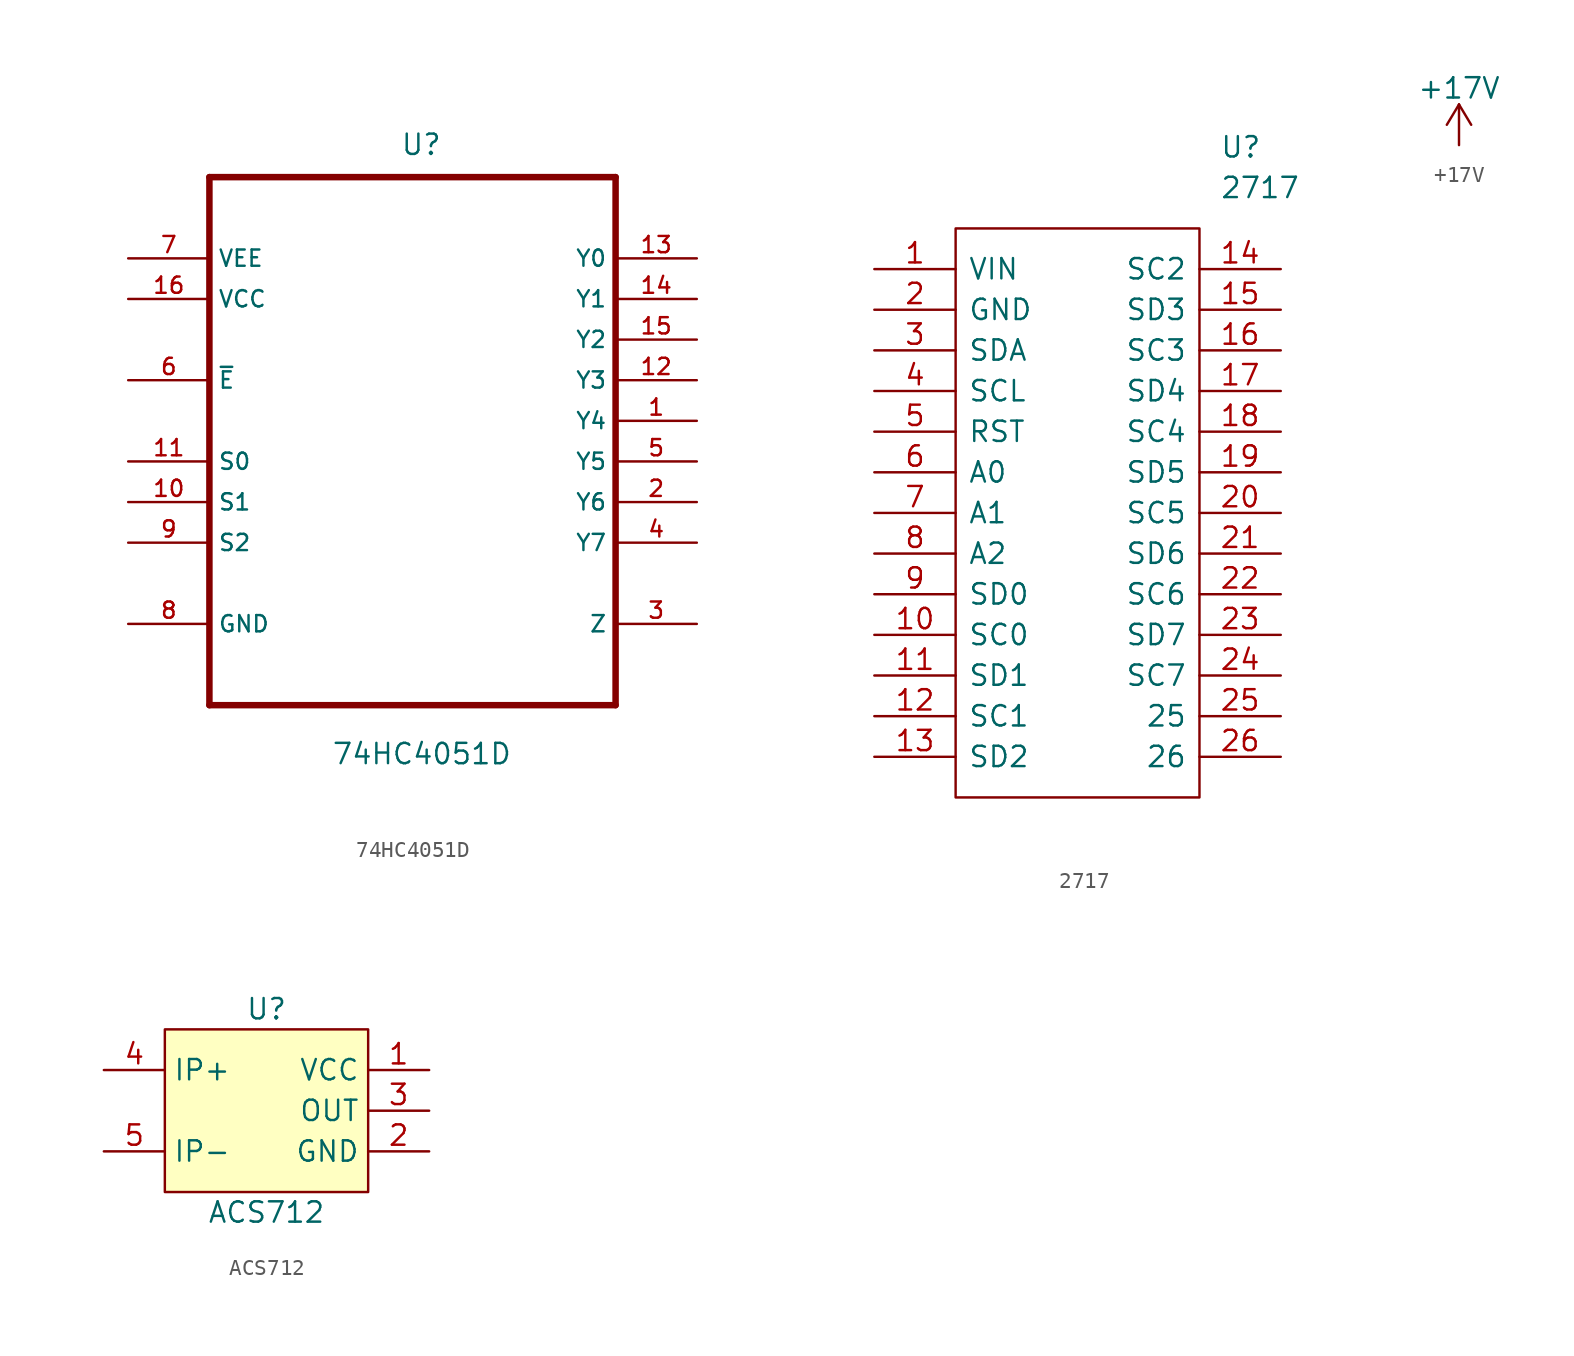
<source format=kicad_sym>
(kicad_symbol_lib
  (version 20220102)
  (generator kicad_symbol_editor)
  (symbol "74HC4051D"
    (property "Reference" "U"
      (at -0.762 14.732 0)
      (effects (font (size 1.27 1.27)) (justify left)))
    (property "Value" "74HC4051D"
      (at -5.08 -23.368 0)
      (effects (font (size 1.27 1.27)) (justify left)))
    (symbol "74HC4051D_0_0"
      (polyline (pts (xy -12.7 -20.32) (xy 12.7 -20.32)) (stroke (width 0.406) (type default)) (fill (type none)))
      (polyline (pts (xy -12.7 12.7) (xy -12.7 -20.32)) (stroke (width 0.406) (type default)) (fill (type none)))
      (polyline (pts (xy 12.7 -20.32) (xy 12.7 12.7)) (stroke (width 0.406) (type default)) (fill (type none)))
      (polyline (pts (xy 12.7 12.7) (xy -12.7 12.7)) (stroke (width 0.406) (type default)) (fill (type none)))
      (pin bidirectional line (at 17.78 -2.54 180) (length 5.08) (name "Y4" (effects (font (size 1.016 1.016)))) (number "1" (effects (font (size 1.016 1.016)))))
      (pin input line (at -17.78 -7.62 0) (length 5.08) (name "S1" (effects (font (size 1.016 1.016)))) (number "10" (effects (font (size 1.016 1.016)))))
      (pin input line (at -17.78 -5.08 0) (length 5.08) (name "S0" (effects (font (size 1.016 1.016)))) (number "11" (effects (font (size 1.016 1.016)))))
      (pin bidirectional line (at 17.78 0 180) (length 5.08) (name "Y3" (effects (font (size 1.016 1.016)))) (number "12" (effects (font (size 1.016 1.016)))))
      (pin bidirectional line (at 17.78 7.62 180) (length 5.08) (name "Y0" (effects (font (size 1.016 1.016)))) (number "13" (effects (font (size 1.016 1.016)))))
      (pin bidirectional line (at 17.78 5.08 180) (length 5.08) (name "Y1" (effects (font (size 1.016 1.016)))) (number "14" (effects (font (size 1.016 1.016)))))
      (pin bidirectional line (at 17.78 2.54 180) (length 5.08) (name "Y2" (effects (font (size 1.016 1.016)))) (number "15" (effects (font (size 1.016 1.016)))))
      (pin input line (at -17.78 5.08 0) (length 5.08) (name "VCC" (effects (font (size 1.016 1.016)))) (number "16" (effects (font (size 1.016 1.016)))))
      (pin bidirectional line (at 17.78 -7.62 180) (length 5.08) (name "Y6" (effects (font (size 1.016 1.016)))) (number "2" (effects (font (size 1.016 1.016)))))
      (pin bidirectional line (at 17.78 -15.24 180) (length 5.08) (name "Z" (effects (font (size 1.016 1.016)))) (number "3" (effects (font (size 1.016 1.016)))))
      (pin bidirectional line (at 17.78 -10.16 180) (length 5.08) (name "Y7" (effects (font (size 1.016 1.016)))) (number "4" (effects (font (size 1.016 1.016)))))
      (pin bidirectional line (at 17.78 -5.08 180) (length 5.08) (name "Y5" (effects (font (size 1.016 1.016)))) (number "5" (effects (font (size 1.016 1.016)))))
      (pin input line (at -17.78 0 0) (length 5.08) (name "~{E}" (effects (font (size 1.016 1.016)))) (number "6" (effects (font (size 1.016 1.016)))))
      (pin input line (at -17.78 7.62 0) (length 5.08) (name "VEE" (effects (font (size 1.016 1.016)))) (number "7" (effects (font (size 1.016 1.016)))))
      (pin passive line (at -17.78 -15.24 0) (length 5.08) (name "GND" (effects (font (size 1.016 1.016)))) (number "8" (effects (font (size 1.016 1.016)))))
      (pin input line (at -17.78 -10.16 0) (length 5.08) (name "S2" (effects (font (size 1.016 1.016)))) (number "9" (effects (font (size 1.016 1.016)))))))
  (symbol "2717"
    (pin_names
      (offset 0.762))
    (property "Reference" "U"
      (at 21.59 7.62 0)
      (effects (font (size 1.27 1.27)) (justify left)))
    (property "Value" "2717"
      (at 21.59 5.08 0)
      (effects (font (size 1.27 1.27)) (justify left)))
    (symbol "2717_0_0"
      (pin unspecified line (at 0 0 0) (length 5.08) (name "VIN" (effects (font (size 1.27 1.27)))) (number "1" (effects (font (size 1.27 1.27)))))
      (pin unspecified line (at 0 -22.86 0) (length 5.08) (name "SC0" (effects (font (size 1.27 1.27)))) (number "10" (effects (font (size 1.27 1.27)))))
      (pin unspecified line (at 0 -25.4 0) (length 5.08) (name "SD1" (effects (font (size 1.27 1.27)))) (number "11" (effects (font (size 1.27 1.27)))))
      (pin unspecified line (at 0 -27.94 0) (length 5.08) (name "SC1" (effects (font (size 1.27 1.27)))) (number "12" (effects (font (size 1.27 1.27)))))
      (pin unspecified line (at 0 -30.48 0) (length 5.08) (name "SD2" (effects (font (size 1.27 1.27)))) (number "13" (effects (font (size 1.27 1.27)))))
      (pin unspecified line (at 25.4 0 180) (length 5.08) (name "SC2" (effects (font (size 1.27 1.27)))) (number "14" (effects (font (size 1.27 1.27)))))
      (pin unspecified line (at 25.4 -2.54 180) (length 5.08) (name "SD3" (effects (font (size 1.27 1.27)))) (number "15" (effects (font (size 1.27 1.27)))))
      (pin unspecified line (at 25.4 -5.08 180) (length 5.08) (name "SC3" (effects (font (size 1.27 1.27)))) (number "16" (effects (font (size 1.27 1.27)))))
      (pin unspecified line (at 25.4 -7.62 180) (length 5.08) (name "SD4" (effects (font (size 1.27 1.27)))) (number "17" (effects (font (size 1.27 1.27)))))
      (pin unspecified line (at 25.4 -10.16 180) (length 5.08) (name "SC4" (effects (font (size 1.27 1.27)))) (number "18" (effects (font (size 1.27 1.27)))))
      (pin unspecified line (at 25.4 -12.7 180) (length 5.08) (name "SD5" (effects (font (size 1.27 1.27)))) (number "19" (effects (font (size 1.27 1.27)))))
      (pin unspecified line (at 0 -2.54 0) (length 5.08) (name "GND" (effects (font (size 1.27 1.27)))) (number "2" (effects (font (size 1.27 1.27)))))
      (pin unspecified line (at 25.4 -15.24 180) (length 5.08) (name "SC5" (effects (font (size 1.27 1.27)))) (number "20" (effects (font (size 1.27 1.27)))))
      (pin unspecified line (at 25.4 -17.78 180) (length 5.08) (name "SD6" (effects (font (size 1.27 1.27)))) (number "21" (effects (font (size 1.27 1.27)))))
      (pin unspecified line (at 25.4 -20.32 180) (length 5.08) (name "SC6" (effects (font (size 1.27 1.27)))) (number "22" (effects (font (size 1.27 1.27)))))
      (pin unspecified line (at 25.4 -22.86 180) (length 5.08) (name "SD7" (effects (font (size 1.27 1.27)))) (number "23" (effects (font (size 1.27 1.27)))))
      (pin unspecified line (at 25.4 -25.4 180) (length 5.08) (name "SC7" (effects (font (size 1.27 1.27)))) (number "24" (effects (font (size 1.27 1.27)))))
      (pin unspecified line (at 25.4 -27.94 180) (length 5.08) (name "25" (effects (font (size 1.27 1.27)))) (number "25" (effects (font (size 1.27 1.27)))))
      (pin unspecified line (at 25.4 -30.48 180) (length 5.08) (name "26" (effects (font (size 1.27 1.27)))) (number "26" (effects (font (size 1.27 1.27)))))
      (pin unspecified line (at 0 -5.08 0) (length 5.08) (name "SDA" (effects (font (size 1.27 1.27)))) (number "3" (effects (font (size 1.27 1.27)))))
      (pin unspecified line (at 0 -7.62 0) (length 5.08) (name "SCL" (effects (font (size 1.27 1.27)))) (number "4" (effects (font (size 1.27 1.27)))))
      (pin unspecified line (at 0 -10.16 0) (length 5.08) (name "RST" (effects (font (size 1.27 1.27)))) (number "5" (effects (font (size 1.27 1.27)))))
      (pin unspecified line (at 0 -12.7 0) (length 5.08) (name "A0" (effects (font (size 1.27 1.27)))) (number "6" (effects (font (size 1.27 1.27)))))
      (pin unspecified line (at 0 -15.24 0) (length 5.08) (name "A1" (effects (font (size 1.27 1.27)))) (number "7" (effects (font (size 1.27 1.27)))))
      (pin unspecified line (at 0 -17.78 0) (length 5.08) (name "A2" (effects (font (size 1.27 1.27)))) (number "8" (effects (font (size 1.27 1.27)))))
      (pin unspecified line (at 0 -20.32 0) (length 5.08) (name "SD0" (effects (font (size 1.27 1.27)))) (number "9" (effects (font (size 1.27 1.27))))))
    (symbol "2717_0_1"
      (polyline (pts (xy 5.08 2.54) (xy 20.32 2.54) (xy 20.32 -33.02) (xy 5.08 -33.02) (xy 5.08 2.54)) (stroke (width 0.152) (type default)) (fill (type none)))))
  (symbol "+17V"
    (power)
    (pin_names
      (offset 0))
    (property "Reference" "#PWR"
      (at 0 -3.81 0)
      (effects (font (size 1.27 1.27)) hide))
    (property "Value" "+17V"
      (at 0 3.556 0)
      (effects (font (size 1.27 1.27))))
    (property "Footprint" ""
      (at 0 0 0)
      (effects (font (size 1.27 1.27))))
    (property "Datasheet" ""
      (at 0 0 0)
      (effects (font (size 1.27 1.27))))
    (symbol "+17V_0_1"
      (polyline (pts (xy -0.762 1.27) (xy 0 2.54)) (stroke (width 0) (type default)) (fill (type none)))
      (polyline (pts (xy 0 0) (xy 0 2.54)) (stroke (width 0) (type default)) (fill (type none)))
      (polyline (pts (xy 0 2.54) (xy 0.762 1.27)) (stroke (width 0) (type default)) (fill (type none))))
    (symbol "+17V_1_1"
      (pin power_in line (at 0 0 90) (length 0) hide (name "+9V" (effects (font (size 1.27 1.27)))) (number "1" (effects (font (size 1.27 1.27)))))))
  (symbol "ACS712"
    (property "Reference" "U"
      (at 0 6.35 0)
      (effects (font (size 1.27 1.27))))
    (property "Value" "ACS712"
      (at 0 -6.35 0)
      (effects (font (size 1.27 1.27))))
    (property "Footprint" ""
      (at 0 0 0)
      (effects (font (size 1.524 1.524))))
    (property "Datasheet" ""
      (at 0 0 0)
      (effects (font (size 1.524 1.524))))
    (symbol "ACS712_0_1"
      (rectangle (start -6.35 5.08) (end 6.35 -5.08) (stroke (width 0) (type default)) (fill (type background))))
    (symbol "ACS712_1_1"
      (pin power_in line (at 10.16 2.54 180) (length 3.81) (name "VCC" (effects (font (size 1.27 1.27)))) (number "1" (effects (font (size 1.27 1.27)))))
      (pin power_in line (at 10.16 -2.54 180) (length 3.81) (name "GND" (effects (font (size 1.27 1.27)))) (number "2" (effects (font (size 1.27 1.27)))))
      (pin output line (at 10.16 0 180) (length 3.81) (name "OUT" (effects (font (size 1.27 1.27)))) (number "3" (effects (font (size 1.27 1.27)))))
      (pin input line (at -10.16 2.54 0) (length 3.81) (name "IP+" (effects (font (size 1.27 1.27)))) (number "4" (effects (font (size 1.27 1.27)))))
      (pin input line (at -10.16 -2.54 0) (length 3.81) (name "IP-" (effects (font (size 1.27 1.27)))) (number "5" (effects (font (size 1.27 1.27))))))))
</source>
